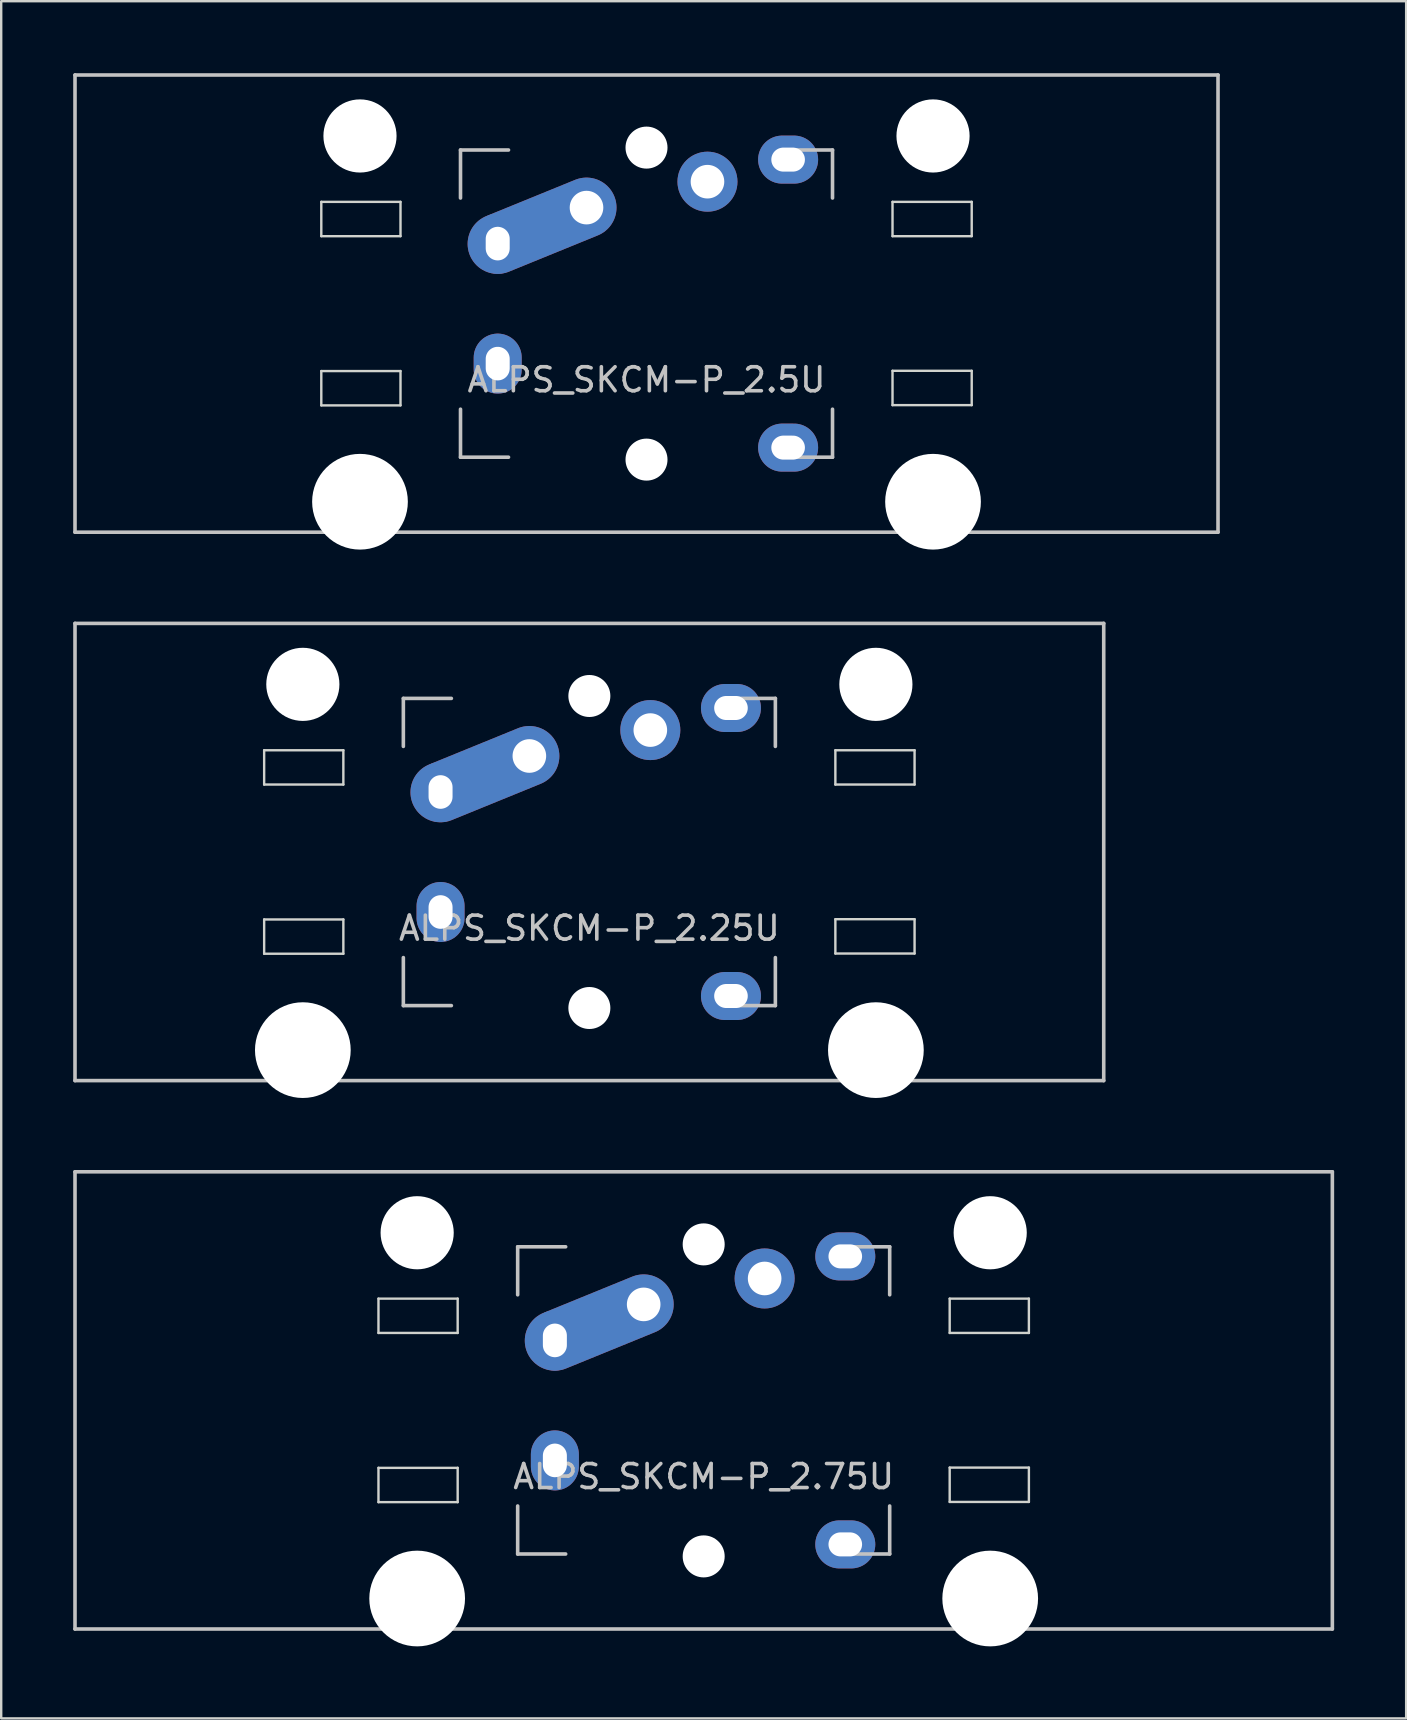
<source format=kicad_pcb>
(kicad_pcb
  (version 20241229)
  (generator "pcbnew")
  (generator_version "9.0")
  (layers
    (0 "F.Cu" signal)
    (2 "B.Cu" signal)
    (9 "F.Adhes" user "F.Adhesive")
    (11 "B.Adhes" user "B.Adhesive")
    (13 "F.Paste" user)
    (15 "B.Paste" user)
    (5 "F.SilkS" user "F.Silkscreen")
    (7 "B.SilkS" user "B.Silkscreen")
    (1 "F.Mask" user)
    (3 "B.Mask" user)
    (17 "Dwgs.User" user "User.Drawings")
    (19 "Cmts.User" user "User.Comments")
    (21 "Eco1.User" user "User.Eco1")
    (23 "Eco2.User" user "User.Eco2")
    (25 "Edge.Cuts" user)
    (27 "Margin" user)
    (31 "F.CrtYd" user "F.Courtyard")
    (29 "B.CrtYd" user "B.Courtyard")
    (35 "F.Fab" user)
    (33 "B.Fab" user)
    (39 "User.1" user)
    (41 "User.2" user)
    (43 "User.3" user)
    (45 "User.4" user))
  (footprint "ALPS_SKCM-P_2.25U"
    (layer "F.Cu")
    (at 21.506 32.449)
    (property "Reference" "ALPS_SKCM-P_2.25U" (at 0 3.175 0) (layer "Dwgs.User") (effects (font (size 1 1) (thickness 0.15))))
    (attr through_hole)
    (fp_line (start -21.431 -9.525) (end 21.431 -9.525) (stroke (width 0.15) (type solid)) (layer "Dwgs.User"))
    (fp_line (start -21.431 9.525) (end -21.431 -9.525) (stroke (width 0.15) (type solid)) (layer "Dwgs.User"))
    (fp_line (start -21.431 9.525) (end 21.431 9.525) (stroke (width 0.15) (type solid)) (layer "Dwgs.User"))
    (fp_line (start -7.75 -6.4) (end -5.75 -6.4) (stroke (width 0.15) (type solid)) (layer "Dwgs.User"))
    (fp_line (start -7.75 -4.4) (end -7.75 -6.4) (stroke (width 0.15) (type solid)) (layer "Dwgs.User"))
    (fp_line (start -7.75 6.4) (end -7.75 4.4) (stroke (width 0.15) (type solid)) (layer "Dwgs.User"))
    (fp_line (start -7.75 6.4) (end -5.75 6.4) (stroke (width 0.15) (type solid)) (layer "Dwgs.User"))
    (fp_line (start 5.75 -6.4) (end 7.75 -6.4) (stroke (width 0.15) (type solid)) (layer "Dwgs.User"))
    (fp_line (start 5.75 6.4) (end 7.75 6.4) (stroke (width 0.15) (type solid)) (layer "Dwgs.User"))
    (fp_line (start 7.75 -4.4) (end 7.75 -6.4) (stroke (width 0.15) (type solid)) (layer "Dwgs.User"))
    (fp_line (start 7.75 6.4) (end 7.75 4.4) (stroke (width 0.15) (type solid)) (layer "Dwgs.User"))
    (fp_line (start 21.431 -9.525) (end 21.431 9.525) (stroke (width 0.15) (type solid)) (layer "Dwgs.User"))
    (fp_line (start -13.55 -4.24) (end -13.55 -2.81) (stroke (width 0.1) (type solid)) (layer "Edge.Cuts"))
    (fp_line (start -13.55 4.24) (end -13.55 2.81) (stroke (width 0.1) (type solid)) (layer "Edge.Cuts"))
    (fp_line (start -10.25 -4.24) (end -13.55 -4.24) (stroke (width 0.1) (type solid)) (layer "Edge.Cuts"))
    (fp_line (start -10.25 -4.24) (end -10.25 -2.81) (stroke (width 0.1) (type solid)) (layer "Edge.Cuts"))
    (fp_line (start -10.25 -2.81) (end -13.55 -2.81) (stroke (width 0.1) (type solid)) (layer "Edge.Cuts"))
    (fp_line (start -10.25 2.81) (end -13.55 2.81) (stroke (width 0.1) (type solid)) (layer "Edge.Cuts"))
    (fp_line (start -10.25 4.24) (end -13.55 4.24) (stroke (width 0.1) (type solid)) (layer "Edge.Cuts"))
    (fp_line (start -10.25 4.24) (end -10.25 2.81) (stroke (width 0.1) (type solid)) (layer "Edge.Cuts"))
    (fp_line (start 10.25 -4.24) (end 10.25 -2.81) (stroke (width 0.1) (type solid)) (layer "Edge.Cuts"))
    (fp_line (start 10.25 -4.24) (end 13.55 -4.24) (stroke (width 0.1) (type solid)) (layer "Edge.Cuts"))
    (fp_line (start 10.25 -2.81) (end 13.55 -2.81) (stroke (width 0.1) (type solid)) (layer "Edge.Cuts"))
    (fp_line (start 10.25 2.8) (end 13.55 2.8) (stroke (width 0.1) (type solid)) (layer "Edge.Cuts"))
    (fp_line (start 10.25 4.23) (end 10.25 2.8) (stroke (width 0.1) (type solid)) (layer "Edge.Cuts"))
    (fp_line (start 10.25 4.23) (end 13.55 4.23) (stroke (width 0.1) (type solid)) (layer "Edge.Cuts"))
    (fp_line (start 13.55 -4.24) (end 13.55 -2.81) (stroke (width 0.1) (type solid)) (layer "Edge.Cuts"))
    (fp_line (start 13.55 4.23) (end 13.55 2.8) (stroke (width 0.1) (type solid)) (layer "Edge.Cuts"))
    (pad "" np_thru_hole circle (at -11.938 -6.985) (size 3.048 3.048) (drill 3.048) (layers "*.Cu" "*.Mask"))
    (pad "" np_thru_hole circle (at -11.938 8.255) (size 3.988 3.988) (drill 3.988) (layers "*.Cu" "*.Mask"))
    (pad "" np_thru_hole circle (at 0 -6.5) (size 1.75 1.75) (drill 1.75) (layers "*.Cu" "*.Mask"))
    (pad "" np_thru_hole circle (at 0 6.5 90) (size 1.75 1.75) (drill 1.75) (layers "*.Cu" "*.Mask"))
    (pad "" np_thru_hole circle (at 11.938 -6.985) (size 3.048 3.048) (drill 3.048) (layers "*.Cu" "*.Mask"))
    (pad "" np_thru_hole circle (at 11.938 8.255) (size 3.988 3.988) (drill 3.988) (layers "*.Cu" "*.Mask"))
    (pad "1" thru_hole oval (at -6.2 -2.5 180) (size 2 2.5) (drill oval 1 1.4) (layers "*.Cu" "*.Mask"))
    (pad "1" thru_hole oval (at -2.5 -4 22.2) (size 6.5 2.5) (drill 1.4 (offset -2 0)) (layers "*.Cu" "*.Mask"))
    (pad "2" thru_hole oval (at -6.2 2.5 90) (size 2.5 2) (drill oval 1.4 1) (layers "*.Cu" "*.Mask"))
    (pad "2" thru_hole circle (at 2.54 -5.08 270) (size 2.5 2.5) (drill 1.4) (layers "*.Cu" "*.Mask"))
    (pad "NC" thru_hole oval (at 5.9 -6 180) (size 2.5 2) (drill oval 1.4 1) (layers "*.Cu" "*.Mask"))
    (pad "NC" thru_hole oval (at 5.9 6 180) (size 2.5 2) (drill oval 1.4 1) (layers "*.Cu" "*.Mask")))
  (footprint "ALPS_SKCM-P_2.75U"
    (layer "F.Cu")
    (at 26.269 55.298)
    (property "Reference" "ALPS_SKCM-P_2.75U" (at 0 3.175 0) (layer "Dwgs.User") (effects (font (size 1 1) (thickness 0.15))))
    (attr through_hole)
    (fp_line (start -26.194 -9.525) (end 26.194 -9.525) (stroke (width 0.15) (type solid)) (layer "Dwgs.User"))
    (fp_line (start -26.194 9.525) (end -26.194 -9.525) (stroke (width 0.15) (type solid)) (layer "Dwgs.User"))
    (fp_line (start -26.194 9.525) (end 26.194 9.525) (stroke (width 0.15) (type solid)) (layer "Dwgs.User"))
    (fp_line (start -7.75 -6.4) (end -5.75 -6.4) (stroke (width 0.15) (type solid)) (layer "Dwgs.User"))
    (fp_line (start -7.75 -4.4) (end -7.75 -6.4) (stroke (width 0.15) (type solid)) (layer "Dwgs.User"))
    (fp_line (start -7.75 6.4) (end -7.75 4.4) (stroke (width 0.15) (type solid)) (layer "Dwgs.User"))
    (fp_line (start -7.75 6.4) (end -5.75 6.4) (stroke (width 0.15) (type solid)) (layer "Dwgs.User"))
    (fp_line (start 5.75 -6.4) (end 7.75 -6.4) (stroke (width 0.15) (type solid)) (layer "Dwgs.User"))
    (fp_line (start 5.75 6.4) (end 7.75 6.4) (stroke (width 0.15) (type solid)) (layer "Dwgs.User"))
    (fp_line (start 7.75 -4.4) (end 7.75 -6.4) (stroke (width 0.15) (type solid)) (layer "Dwgs.User"))
    (fp_line (start 7.75 6.4) (end 7.75 4.4) (stroke (width 0.15) (type solid)) (layer "Dwgs.User"))
    (fp_line (start 26.194 -9.525) (end 26.194 9.525) (stroke (width 0.15) (type solid)) (layer "Dwgs.User"))
    (fp_line (start -13.55 -4.24) (end -13.55 -2.81) (stroke (width 0.1) (type solid)) (layer "Edge.Cuts"))
    (fp_line (start -13.55 4.24) (end -13.55 2.81) (stroke (width 0.1) (type solid)) (layer "Edge.Cuts"))
    (fp_line (start -10.25 -4.24) (end -13.55 -4.24) (stroke (width 0.1) (type solid)) (layer "Edge.Cuts"))
    (fp_line (start -10.25 -4.24) (end -10.25 -2.81) (stroke (width 0.1) (type solid)) (layer "Edge.Cuts"))
    (fp_line (start -10.25 -2.81) (end -13.55 -2.81) (stroke (width 0.1) (type solid)) (layer "Edge.Cuts"))
    (fp_line (start -10.25 2.81) (end -13.55 2.81) (stroke (width 0.1) (type solid)) (layer "Edge.Cuts"))
    (fp_line (start -10.25 4.24) (end -13.55 4.24) (stroke (width 0.1) (type solid)) (layer "Edge.Cuts"))
    (fp_line (start -10.25 4.24) (end -10.25 2.81) (stroke (width 0.1) (type solid)) (layer "Edge.Cuts"))
    (fp_line (start 10.25 -4.24) (end 10.25 -2.81) (stroke (width 0.1) (type solid)) (layer "Edge.Cuts"))
    (fp_line (start 10.25 -4.24) (end 13.55 -4.24) (stroke (width 0.1) (type solid)) (layer "Edge.Cuts"))
    (fp_line (start 10.25 -2.81) (end 13.55 -2.81) (stroke (width 0.1) (type solid)) (layer "Edge.Cuts"))
    (fp_line (start 10.25 2.8) (end 13.55 2.8) (stroke (width 0.1) (type solid)) (layer "Edge.Cuts"))
    (fp_line (start 10.25 4.23) (end 10.25 2.8) (stroke (width 0.1) (type solid)) (layer "Edge.Cuts"))
    (fp_line (start 10.25 4.23) (end 13.55 4.23) (stroke (width 0.1) (type solid)) (layer "Edge.Cuts"))
    (fp_line (start 13.55 -4.24) (end 13.55 -2.81) (stroke (width 0.1) (type solid)) (layer "Edge.Cuts"))
    (fp_line (start 13.55 4.23) (end 13.55 2.8) (stroke (width 0.1) (type solid)) (layer "Edge.Cuts"))
    (pad "" np_thru_hole circle (at -11.938 -6.985) (size 3.048 3.048) (drill 3.048) (layers "*.Cu" "*.Mask"))
    (pad "" np_thru_hole circle (at -11.938 8.255) (size 3.988 3.988) (drill 3.988) (layers "*.Cu" "*.Mask"))
    (pad "" np_thru_hole circle (at 0 -6.5) (size 1.75 1.75) (drill 1.75) (layers "*.Cu" "*.Mask"))
    (pad "" np_thru_hole circle (at 0 6.5 90) (size 1.75 1.75) (drill 1.75) (layers "*.Cu" "*.Mask"))
    (pad "" np_thru_hole circle (at 11.938 -6.985) (size 3.048 3.048) (drill 3.048) (layers "*.Cu" "*.Mask"))
    (pad "" np_thru_hole circle (at 11.938 8.255) (size 3.988 3.988) (drill 3.988) (layers "*.Cu" "*.Mask"))
    (pad "1" thru_hole oval (at -6.2 -2.5 180) (size 2 2.5) (drill oval 1 1.4) (layers "*.Cu" "*.Mask"))
    (pad "1" thru_hole oval (at -2.5 -4 22.2) (size 6.5 2.5) (drill 1.4 (offset -2 0)) (layers "*.Cu" "*.Mask"))
    (pad "2" thru_hole oval (at -6.2 2.5 90) (size 2.5 2) (drill oval 1.4 1) (layers "*.Cu" "*.Mask"))
    (pad "2" thru_hole circle (at 2.54 -5.08 270) (size 2.5 2.5) (drill 1.4) (layers "*.Cu" "*.Mask"))
    (pad "NC" thru_hole oval (at 5.9 -6 180) (size 2.5 2) (drill oval 1.4 1) (layers "*.Cu" "*.Mask"))
    (pad "NC" thru_hole oval (at 5.9 6 180) (size 2.5 2) (drill oval 1.4 1) (layers "*.Cu" "*.Mask")))
  (footprint "ALPS_SKCM-P_2.5U"
    (layer "F.Cu")
    (at 23.887 9.6)
    (property "Reference" "ALPS_SKCM-P_2.5U" (at 0 3.175 0) (layer "Dwgs.User") (effects (font (size 1 1) (thickness 0.15))))
    (attr through_hole)
    (fp_line (start -23.812 -9.525) (end 23.812 -9.525) (stroke (width 0.15) (type solid)) (layer "Dwgs.User"))
    (fp_line (start -23.812 9.525) (end -23.812 -9.525) (stroke (width 0.15) (type solid)) (layer "Dwgs.User"))
    (fp_line (start -23.812 9.525) (end 23.812 9.525) (stroke (width 0.15) (type solid)) (layer "Dwgs.User"))
    (fp_line (start -7.75 -6.4) (end -5.75 -6.4) (stroke (width 0.15) (type solid)) (layer "Dwgs.User"))
    (fp_line (start -7.75 -4.4) (end -7.75 -6.4) (stroke (width 0.15) (type solid)) (layer "Dwgs.User"))
    (fp_line (start -7.75 6.4) (end -7.75 4.4) (stroke (width 0.15) (type solid)) (layer "Dwgs.User"))
    (fp_line (start -7.75 6.4) (end -5.75 6.4) (stroke (width 0.15) (type solid)) (layer "Dwgs.User"))
    (fp_line (start 5.75 -6.4) (end 7.75 -6.4) (stroke (width 0.15) (type solid)) (layer "Dwgs.User"))
    (fp_line (start 5.75 6.4) (end 7.75 6.4) (stroke (width 0.15) (type solid)) (layer "Dwgs.User"))
    (fp_line (start 7.75 -4.4) (end 7.75 -6.4) (stroke (width 0.15) (type solid)) (layer "Dwgs.User"))
    (fp_line (start 7.75 6.4) (end 7.75 4.4) (stroke (width 0.15) (type solid)) (layer "Dwgs.User"))
    (fp_line (start 23.812 -9.525) (end 23.812 9.525) (stroke (width 0.15) (type solid)) (layer "Dwgs.User"))
    (fp_line (start -13.55 -4.24) (end -13.55 -2.81) (stroke (width 0.1) (type solid)) (layer "Edge.Cuts"))
    (fp_line (start -13.55 4.24) (end -13.55 2.81) (stroke (width 0.1) (type solid)) (layer "Edge.Cuts"))
    (fp_line (start -10.25 -4.24) (end -13.55 -4.24) (stroke (width 0.1) (type solid)) (layer "Edge.Cuts"))
    (fp_line (start -10.25 -4.24) (end -10.25 -2.81) (stroke (width 0.1) (type solid)) (layer "Edge.Cuts"))
    (fp_line (start -10.25 -2.81) (end -13.55 -2.81) (stroke (width 0.1) (type solid)) (layer "Edge.Cuts"))
    (fp_line (start -10.25 2.81) (end -13.55 2.81) (stroke (width 0.1) (type solid)) (layer "Edge.Cuts"))
    (fp_line (start -10.25 4.24) (end -13.55 4.24) (stroke (width 0.1) (type solid)) (layer "Edge.Cuts"))
    (fp_line (start -10.25 4.24) (end -10.25 2.81) (stroke (width 0.1) (type solid)) (layer "Edge.Cuts"))
    (fp_line (start 10.25 -4.24) (end 10.25 -2.81) (stroke (width 0.1) (type solid)) (layer "Edge.Cuts"))
    (fp_line (start 10.25 -4.24) (end 13.55 -4.24) (stroke (width 0.1) (type solid)) (layer "Edge.Cuts"))
    (fp_line (start 10.25 -2.81) (end 13.55 -2.81) (stroke (width 0.1) (type solid)) (layer "Edge.Cuts"))
    (fp_line (start 10.25 2.8) (end 13.55 2.8) (stroke (width 0.1) (type solid)) (layer "Edge.Cuts"))
    (fp_line (start 10.25 4.23) (end 10.25 2.8) (stroke (width 0.1) (type solid)) (layer "Edge.Cuts"))
    (fp_line (start 10.25 4.23) (end 13.55 4.23) (stroke (width 0.1) (type solid)) (layer "Edge.Cuts"))
    (fp_line (start 13.55 -4.24) (end 13.55 -2.81) (stroke (width 0.1) (type solid)) (layer "Edge.Cuts"))
    (fp_line (start 13.55 4.23) (end 13.55 2.8) (stroke (width 0.1) (type solid)) (layer "Edge.Cuts"))
    (pad "" np_thru_hole circle (at -11.938 -6.985) (size 3.048 3.048) (drill 3.048) (layers "*.Cu" "*.Mask"))
    (pad "" np_thru_hole circle (at -11.938 8.255) (size 3.988 3.988) (drill 3.988) (layers "*.Cu" "*.Mask"))
    (pad "" np_thru_hole circle (at 0 -6.5) (size 1.75 1.75) (drill 1.75) (layers "*.Cu" "*.Mask"))
    (pad "" np_thru_hole circle (at 0 6.5 90) (size 1.75 1.75) (drill 1.75) (layers "*.Cu" "*.Mask"))
    (pad "" np_thru_hole circle (at 11.938 -6.985) (size 3.048 3.048) (drill 3.048) (layers "*.Cu" "*.Mask"))
    (pad "" np_thru_hole circle (at 11.938 8.255) (size 3.988 3.988) (drill 3.988) (layers "*.Cu" "*.Mask"))
    (pad "1" thru_hole oval (at -6.2 -2.5 180) (size 2 2.5) (drill oval 1 1.4) (layers "*.Cu" "*.Mask"))
    (pad "1" thru_hole oval (at -2.5 -4 22.2) (size 6.5 2.5) (drill 1.4 (offset -2 0)) (layers "*.Cu" "*.Mask"))
    (pad "2" thru_hole oval (at -6.2 2.5 90) (size 2.5 2) (drill oval 1.4 1) (layers "*.Cu" "*.Mask"))
    (pad "2" thru_hole circle (at 2.54 -5.08 270) (size 2.5 2.5) (drill 1.4) (layers "*.Cu" "*.Mask"))
    (pad "NC" thru_hole oval (at 5.9 -6 180) (size 2.5 2) (drill oval 1.4 1) (layers "*.Cu" "*.Mask"))
    (pad "NC" thru_hole oval (at 5.9 6 180) (size 2.5 2) (drill oval 1.4 1) (layers "*.Cu" "*.Mask")))
  (gr_rect
    (start -3 -3)
    (end 55.538 68.547)
    (stroke (width 0.1) (type default))
    (fill no)
    (layer "Edge.Cuts")))
</source>
